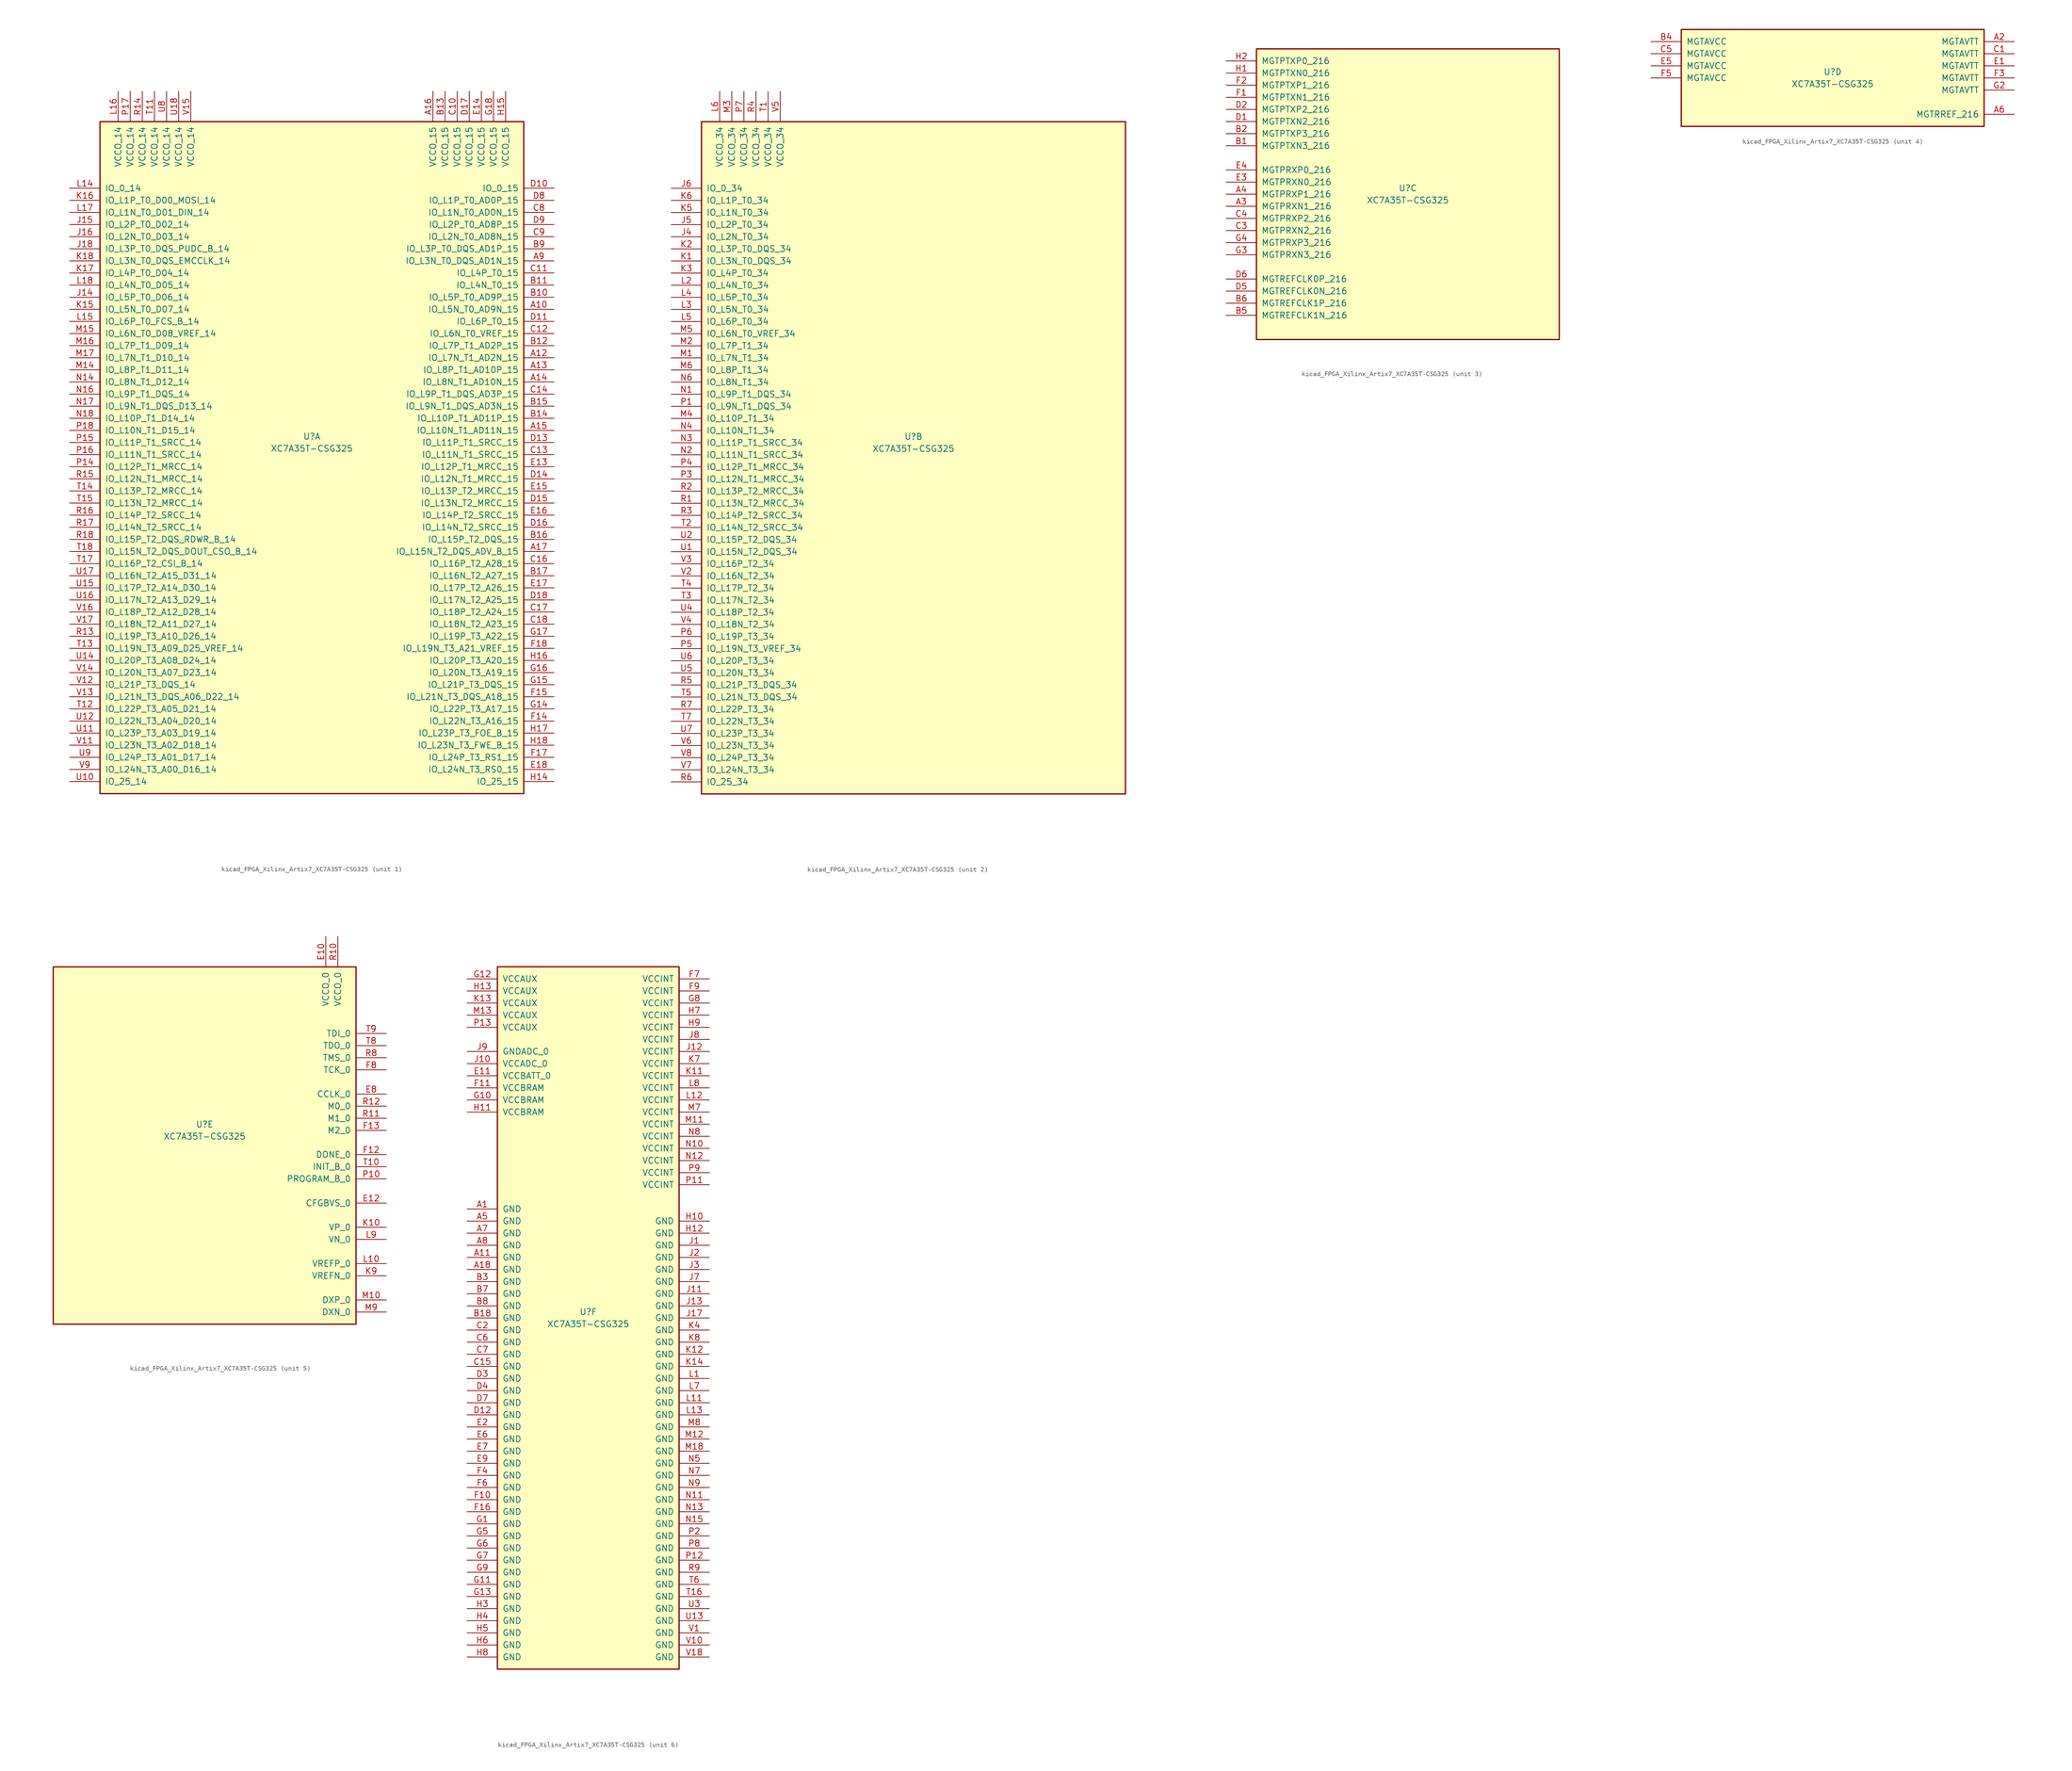
<source format=kicad_sym>
(kicad_symbol_lib
  (version 20220914)
  (generator kicad_symbol_editor)
  (symbol "kicad_FPGA_Xilinx_Artix7_XC7A35T-CSG325"
    (pin_names
      (offset 1.016))
    (property "Reference" "U"
      (at 0 1.27 0)
      (effects (font (size 1.27 1.27))))
    (property "Value" "XC7A35T-CSG325"
      (at 0 -1.27 0)
      (effects (font (size 1.27 1.27))))
    (property "Datasheet" ""
      (at 0 0 0)
      (effects (font (size 1.27 1.27))))
    (property "ki_locked" ""
      (at 0 0 0)
      (effects (font (size 1.27 1.27))))
    (symbol "kicad_FPGA_Xilinx_Artix7_XC7A35T-CSG325_1_1"
      (rectangle (start -44.45 67.31) (end 44.45 -73.66) (stroke (width 0.254) (type default)) (fill (type background)))
      (pin bidirectional line (at 50.8 27.94 180) (length 6.35) (name "IO_L5N_T0_AD9N_15" (effects (font (size 1.27 1.27)))) (number "A10" (effects (font (size 1.27 1.27)))))
      (pin bidirectional line (at 50.8 17.78 180) (length 6.35) (name "IO_L7N_T1_AD2N_15" (effects (font (size 1.27 1.27)))) (number "A12" (effects (font (size 1.27 1.27)))))
      (pin bidirectional line (at 50.8 15.24 180) (length 6.35) (name "IO_L8P_T1_AD10P_15" (effects (font (size 1.27 1.27)))) (number "A13" (effects (font (size 1.27 1.27)))))
      (pin bidirectional line (at 50.8 12.7 180) (length 6.35) (name "IO_L8N_T1_AD10N_15" (effects (font (size 1.27 1.27)))) (number "A14" (effects (font (size 1.27 1.27)))))
      (pin bidirectional line (at 50.8 2.54 180) (length 6.35) (name "IO_L10N_T1_AD11N_15" (effects (font (size 1.27 1.27)))) (number "A15" (effects (font (size 1.27 1.27)))))
      (pin power_in line (at 25.4 73.66 270) (length 6.35) (name "VCCO_15" (effects (font (size 1.27 1.27)))) (number "A16" (effects (font (size 1.27 1.27)))))
      (pin bidirectional line (at 50.8 -22.86 180) (length 6.35) (name "IO_L15N_T2_DQS_ADV_B_15" (effects (font (size 1.27 1.27)))) (number "A17" (effects (font (size 1.27 1.27)))))
      (pin bidirectional line (at 50.8 38.1 180) (length 6.35) (name "IO_L3N_T0_DQS_AD1N_15" (effects (font (size 1.27 1.27)))) (number "A9" (effects (font (size 1.27 1.27)))))
      (pin bidirectional line (at 50.8 30.48 180) (length 6.35) (name "IO_L5P_T0_AD9P_15" (effects (font (size 1.27 1.27)))) (number "B10" (effects (font (size 1.27 1.27)))))
      (pin bidirectional line (at 50.8 33.02 180) (length 6.35) (name "IO_L4N_T0_15" (effects (font (size 1.27 1.27)))) (number "B11" (effects (font (size 1.27 1.27)))))
      (pin bidirectional line (at 50.8 20.32 180) (length 6.35) (name "IO_L7P_T1_AD2P_15" (effects (font (size 1.27 1.27)))) (number "B12" (effects (font (size 1.27 1.27)))))
      (pin power_in line (at 27.94 73.66 270) (length 6.35) (name "VCCO_15" (effects (font (size 1.27 1.27)))) (number "B13" (effects (font (size 1.27 1.27)))))
      (pin bidirectional line (at 50.8 5.08 180) (length 6.35) (name "IO_L10P_T1_AD11P_15" (effects (font (size 1.27 1.27)))) (number "B14" (effects (font (size 1.27 1.27)))))
      (pin bidirectional line (at 50.8 7.62 180) (length 6.35) (name "IO_L9N_T1_DQS_AD3N_15" (effects (font (size 1.27 1.27)))) (number "B15" (effects (font (size 1.27 1.27)))))
      (pin bidirectional line (at 50.8 -20.32 180) (length 6.35) (name "IO_L15P_T2_DQS_15" (effects (font (size 1.27 1.27)))) (number "B16" (effects (font (size 1.27 1.27)))))
      (pin bidirectional line (at 50.8 -27.94 180) (length 6.35) (name "IO_L16N_T2_A27_15" (effects (font (size 1.27 1.27)))) (number "B17" (effects (font (size 1.27 1.27)))))
      (pin bidirectional line (at 50.8 40.64 180) (length 6.35) (name "IO_L3P_T0_DQS_AD1P_15" (effects (font (size 1.27 1.27)))) (number "B9" (effects (font (size 1.27 1.27)))))
      (pin power_in line (at 30.48 73.66 270) (length 6.35) (name "VCCO_15" (effects (font (size 1.27 1.27)))) (number "C10" (effects (font (size 1.27 1.27)))))
      (pin bidirectional line (at 50.8 35.56 180) (length 6.35) (name "IO_L4P_T0_15" (effects (font (size 1.27 1.27)))) (number "C11" (effects (font (size 1.27 1.27)))))
      (pin bidirectional line (at 50.8 22.86 180) (length 6.35) (name "IO_L6N_T0_VREF_15" (effects (font (size 1.27 1.27)))) (number "C12" (effects (font (size 1.27 1.27)))))
      (pin bidirectional line (at 50.8 -2.54 180) (length 6.35) (name "IO_L11N_T1_SRCC_15" (effects (font (size 1.27 1.27)))) (number "C13" (effects (font (size 1.27 1.27)))))
      (pin bidirectional line (at 50.8 10.16 180) (length 6.35) (name "IO_L9P_T1_DQS_AD3P_15" (effects (font (size 1.27 1.27)))) (number "C14" (effects (font (size 1.27 1.27)))))
      (pin bidirectional line (at 50.8 -25.4 180) (length 6.35) (name "IO_L16P_T2_A28_15" (effects (font (size 1.27 1.27)))) (number "C16" (effects (font (size 1.27 1.27)))))
      (pin bidirectional line (at 50.8 -35.56 180) (length 6.35) (name "IO_L18P_T2_A24_15" (effects (font (size 1.27 1.27)))) (number "C17" (effects (font (size 1.27 1.27)))))
      (pin bidirectional line (at 50.8 -38.1 180) (length 6.35) (name "IO_L18N_T2_A23_15" (effects (font (size 1.27 1.27)))) (number "C18" (effects (font (size 1.27 1.27)))))
      (pin bidirectional line (at 50.8 48.26 180) (length 6.35) (name "IO_L1N_T0_AD0N_15" (effects (font (size 1.27 1.27)))) (number "C8" (effects (font (size 1.27 1.27)))))
      (pin bidirectional line (at 50.8 43.18 180) (length 6.35) (name "IO_L2N_T0_AD8N_15" (effects (font (size 1.27 1.27)))) (number "C9" (effects (font (size 1.27 1.27)))))
      (pin bidirectional line (at 50.8 53.34 180) (length 6.35) (name "IO_0_15" (effects (font (size 1.27 1.27)))) (number "D10" (effects (font (size 1.27 1.27)))))
      (pin bidirectional line (at 50.8 25.4 180) (length 6.35) (name "IO_L6P_T0_15" (effects (font (size 1.27 1.27)))) (number "D11" (effects (font (size 1.27 1.27)))))
      (pin bidirectional line (at 50.8 0 180) (length 6.35) (name "IO_L11P_T1_SRCC_15" (effects (font (size 1.27 1.27)))) (number "D13" (effects (font (size 1.27 1.27)))))
      (pin bidirectional line (at 50.8 -7.62 180) (length 6.35) (name "IO_L12N_T1_MRCC_15" (effects (font (size 1.27 1.27)))) (number "D14" (effects (font (size 1.27 1.27)))))
      (pin bidirectional line (at 50.8 -12.7 180) (length 6.35) (name "IO_L13N_T2_MRCC_15" (effects (font (size 1.27 1.27)))) (number "D15" (effects (font (size 1.27 1.27)))))
      (pin bidirectional line (at 50.8 -17.78 180) (length 6.35) (name "IO_L14N_T2_SRCC_15" (effects (font (size 1.27 1.27)))) (number "D16" (effects (font (size 1.27 1.27)))))
      (pin power_in line (at 33.02 73.66 270) (length 6.35) (name "VCCO_15" (effects (font (size 1.27 1.27)))) (number "D17" (effects (font (size 1.27 1.27)))))
      (pin bidirectional line (at 50.8 -33.02 180) (length 6.35) (name "IO_L17N_T2_A25_15" (effects (font (size 1.27 1.27)))) (number "D18" (effects (font (size 1.27 1.27)))))
      (pin bidirectional line (at 50.8 50.8 180) (length 6.35) (name "IO_L1P_T0_AD0P_15" (effects (font (size 1.27 1.27)))) (number "D8" (effects (font (size 1.27 1.27)))))
      (pin bidirectional line (at 50.8 45.72 180) (length 6.35) (name "IO_L2P_T0_AD8P_15" (effects (font (size 1.27 1.27)))) (number "D9" (effects (font (size 1.27 1.27)))))
      (pin bidirectional line (at 50.8 -5.08 180) (length 6.35) (name "IO_L12P_T1_MRCC_15" (effects (font (size 1.27 1.27)))) (number "E13" (effects (font (size 1.27 1.27)))))
      (pin power_in line (at 35.56 73.66 270) (length 6.35) (name "VCCO_15" (effects (font (size 1.27 1.27)))) (number "E14" (effects (font (size 1.27 1.27)))))
      (pin bidirectional line (at 50.8 -10.16 180) (length 6.35) (name "IO_L13P_T2_MRCC_15" (effects (font (size 1.27 1.27)))) (number "E15" (effects (font (size 1.27 1.27)))))
      (pin bidirectional line (at 50.8 -15.24 180) (length 6.35) (name "IO_L14P_T2_SRCC_15" (effects (font (size 1.27 1.27)))) (number "E16" (effects (font (size 1.27 1.27)))))
      (pin bidirectional line (at 50.8 -30.48 180) (length 6.35) (name "IO_L17P_T2_A26_15" (effects (font (size 1.27 1.27)))) (number "E17" (effects (font (size 1.27 1.27)))))
      (pin bidirectional line (at 50.8 -68.58 180) (length 6.35) (name "IO_L24N_T3_RS0_15" (effects (font (size 1.27 1.27)))) (number "E18" (effects (font (size 1.27 1.27)))))
      (pin bidirectional line (at 50.8 -58.42 180) (length 6.35) (name "IO_L22N_T3_A16_15" (effects (font (size 1.27 1.27)))) (number "F14" (effects (font (size 1.27 1.27)))))
      (pin bidirectional line (at 50.8 -53.34 180) (length 6.35) (name "IO_L21N_T3_DQS_A18_15" (effects (font (size 1.27 1.27)))) (number "F15" (effects (font (size 1.27 1.27)))))
      (pin bidirectional line (at 50.8 -66.04 180) (length 6.35) (name "IO_L24P_T3_RS1_15" (effects (font (size 1.27 1.27)))) (number "F17" (effects (font (size 1.27 1.27)))))
      (pin bidirectional line (at 50.8 -43.18 180) (length 6.35) (name "IO_L19N_T3_A21_VREF_15" (effects (font (size 1.27 1.27)))) (number "F18" (effects (font (size 1.27 1.27)))))
      (pin bidirectional line (at 50.8 -55.88 180) (length 6.35) (name "IO_L22P_T3_A17_15" (effects (font (size 1.27 1.27)))) (number "G14" (effects (font (size 1.27 1.27)))))
      (pin bidirectional line (at 50.8 -50.8 180) (length 6.35) (name "IO_L21P_T3_DQS_15" (effects (font (size 1.27 1.27)))) (number "G15" (effects (font (size 1.27 1.27)))))
      (pin bidirectional line (at 50.8 -48.26 180) (length 6.35) (name "IO_L20N_T3_A19_15" (effects (font (size 1.27 1.27)))) (number "G16" (effects (font (size 1.27 1.27)))))
      (pin bidirectional line (at 50.8 -40.64 180) (length 6.35) (name "IO_L19P_T3_A22_15" (effects (font (size 1.27 1.27)))) (number "G17" (effects (font (size 1.27 1.27)))))
      (pin power_in line (at 38.1 73.66 270) (length 6.35) (name "VCCO_15" (effects (font (size 1.27 1.27)))) (number "G18" (effects (font (size 1.27 1.27)))))
      (pin bidirectional line (at 50.8 -71.12 180) (length 6.35) (name "IO_25_15" (effects (font (size 1.27 1.27)))) (number "H14" (effects (font (size 1.27 1.27)))))
      (pin power_in line (at 40.64 73.66 270) (length 6.35) (name "VCCO_15" (effects (font (size 1.27 1.27)))) (number "H15" (effects (font (size 1.27 1.27)))))
      (pin bidirectional line (at 50.8 -45.72 180) (length 6.35) (name "IO_L20P_T3_A20_15" (effects (font (size 1.27 1.27)))) (number "H16" (effects (font (size 1.27 1.27)))))
      (pin bidirectional line (at 50.8 -60.96 180) (length 6.35) (name "IO_L23P_T3_FOE_B_15" (effects (font (size 1.27 1.27)))) (number "H17" (effects (font (size 1.27 1.27)))))
      (pin bidirectional line (at 50.8 -63.5 180) (length 6.35) (name "IO_L23N_T3_FWE_B_15" (effects (font (size 1.27 1.27)))) (number "H18" (effects (font (size 1.27 1.27)))))
      (pin bidirectional line (at -50.8 30.48 0) (length 6.35) (name "IO_L5P_T0_D06_14" (effects (font (size 1.27 1.27)))) (number "J14" (effects (font (size 1.27 1.27)))))
      (pin bidirectional line (at -50.8 45.72 0) (length 6.35) (name "IO_L2P_T0_D02_14" (effects (font (size 1.27 1.27)))) (number "J15" (effects (font (size 1.27 1.27)))))
      (pin bidirectional line (at -50.8 43.18 0) (length 6.35) (name "IO_L2N_T0_D03_14" (effects (font (size 1.27 1.27)))) (number "J16" (effects (font (size 1.27 1.27)))))
      (pin bidirectional line (at -50.8 40.64 0) (length 6.35) (name "IO_L3P_T0_DQS_PUDC_B_14" (effects (font (size 1.27 1.27)))) (number "J18" (effects (font (size 1.27 1.27)))))
      (pin bidirectional line (at -50.8 27.94 0) (length 6.35) (name "IO_L5N_T0_D07_14" (effects (font (size 1.27 1.27)))) (number "K15" (effects (font (size 1.27 1.27)))))
      (pin bidirectional line (at -50.8 50.8 0) (length 6.35) (name "IO_L1P_T0_D00_MOSI_14" (effects (font (size 1.27 1.27)))) (number "K16" (effects (font (size 1.27 1.27)))))
      (pin bidirectional line (at -50.8 35.56 0) (length 6.35) (name "IO_L4P_T0_D04_14" (effects (font (size 1.27 1.27)))) (number "K17" (effects (font (size 1.27 1.27)))))
      (pin bidirectional line (at -50.8 38.1 0) (length 6.35) (name "IO_L3N_T0_DQS_EMCCLK_14" (effects (font (size 1.27 1.27)))) (number "K18" (effects (font (size 1.27 1.27)))))
      (pin bidirectional line (at -50.8 53.34 0) (length 6.35) (name "IO_0_14" (effects (font (size 1.27 1.27)))) (number "L14" (effects (font (size 1.27 1.27)))))
      (pin bidirectional line (at -50.8 25.4 0) (length 6.35) (name "IO_L6P_T0_FCS_B_14" (effects (font (size 1.27 1.27)))) (number "L15" (effects (font (size 1.27 1.27)))))
      (pin power_in line (at -40.64 73.66 270) (length 6.35) (name "VCCO_14" (effects (font (size 1.27 1.27)))) (number "L16" (effects (font (size 1.27 1.27)))))
      (pin bidirectional line (at -50.8 48.26 0) (length 6.35) (name "IO_L1N_T0_D01_DIN_14" (effects (font (size 1.27 1.27)))) (number "L17" (effects (font (size 1.27 1.27)))))
      (pin bidirectional line (at -50.8 33.02 0) (length 6.35) (name "IO_L4N_T0_D05_14" (effects (font (size 1.27 1.27)))) (number "L18" (effects (font (size 1.27 1.27)))))
      (pin bidirectional line (at -50.8 15.24 0) (length 6.35) (name "IO_L8P_T1_D11_14" (effects (font (size 1.27 1.27)))) (number "M14" (effects (font (size 1.27 1.27)))))
      (pin bidirectional line (at -50.8 22.86 0) (length 6.35) (name "IO_L6N_T0_D08_VREF_14" (effects (font (size 1.27 1.27)))) (number "M15" (effects (font (size 1.27 1.27)))))
      (pin bidirectional line (at -50.8 20.32 0) (length 6.35) (name "IO_L7P_T1_D09_14" (effects (font (size 1.27 1.27)))) (number "M16" (effects (font (size 1.27 1.27)))))
      (pin bidirectional line (at -50.8 17.78 0) (length 6.35) (name "IO_L7N_T1_D10_14" (effects (font (size 1.27 1.27)))) (number "M17" (effects (font (size 1.27 1.27)))))
      (pin bidirectional line (at -50.8 12.7 0) (length 6.35) (name "IO_L8N_T1_D12_14" (effects (font (size 1.27 1.27)))) (number "N14" (effects (font (size 1.27 1.27)))))
      (pin bidirectional line (at -50.8 10.16 0) (length 6.35) (name "IO_L9P_T1_DQS_14" (effects (font (size 1.27 1.27)))) (number "N16" (effects (font (size 1.27 1.27)))))
      (pin bidirectional line (at -50.8 7.62 0) (length 6.35) (name "IO_L9N_T1_DQS_D13_14" (effects (font (size 1.27 1.27)))) (number "N17" (effects (font (size 1.27 1.27)))))
      (pin bidirectional line (at -50.8 5.08 0) (length 6.35) (name "IO_L10P_T1_D14_14" (effects (font (size 1.27 1.27)))) (number "N18" (effects (font (size 1.27 1.27)))))
      (pin bidirectional line (at -50.8 -5.08 0) (length 6.35) (name "IO_L12P_T1_MRCC_14" (effects (font (size 1.27 1.27)))) (number "P14" (effects (font (size 1.27 1.27)))))
      (pin bidirectional line (at -50.8 0 0) (length 6.35) (name "IO_L11P_T1_SRCC_14" (effects (font (size 1.27 1.27)))) (number "P15" (effects (font (size 1.27 1.27)))))
      (pin bidirectional line (at -50.8 -2.54 0) (length 6.35) (name "IO_L11N_T1_SRCC_14" (effects (font (size 1.27 1.27)))) (number "P16" (effects (font (size 1.27 1.27)))))
      (pin power_in line (at -38.1 73.66 270) (length 6.35) (name "VCCO_14" (effects (font (size 1.27 1.27)))) (number "P17" (effects (font (size 1.27 1.27)))))
      (pin bidirectional line (at -50.8 2.54 0) (length 6.35) (name "IO_L10N_T1_D15_14" (effects (font (size 1.27 1.27)))) (number "P18" (effects (font (size 1.27 1.27)))))
      (pin bidirectional line (at -50.8 -40.64 0) (length 6.35) (name "IO_L19P_T3_A10_D26_14" (effects (font (size 1.27 1.27)))) (number "R13" (effects (font (size 1.27 1.27)))))
      (pin power_in line (at -35.56 73.66 270) (length 6.35) (name "VCCO_14" (effects (font (size 1.27 1.27)))) (number "R14" (effects (font (size 1.27 1.27)))))
      (pin bidirectional line (at -50.8 -7.62 0) (length 6.35) (name "IO_L12N_T1_MRCC_14" (effects (font (size 1.27 1.27)))) (number "R15" (effects (font (size 1.27 1.27)))))
      (pin bidirectional line (at -50.8 -15.24 0) (length 6.35) (name "IO_L14P_T2_SRCC_14" (effects (font (size 1.27 1.27)))) (number "R16" (effects (font (size 1.27 1.27)))))
      (pin bidirectional line (at -50.8 -17.78 0) (length 6.35) (name "IO_L14N_T2_SRCC_14" (effects (font (size 1.27 1.27)))) (number "R17" (effects (font (size 1.27 1.27)))))
      (pin bidirectional line (at -50.8 -20.32 0) (length 6.35) (name "IO_L15P_T2_DQS_RDWR_B_14" (effects (font (size 1.27 1.27)))) (number "R18" (effects (font (size 1.27 1.27)))))
      (pin power_in line (at -33.02 73.66 270) (length 6.35) (name "VCCO_14" (effects (font (size 1.27 1.27)))) (number "T11" (effects (font (size 1.27 1.27)))))
      (pin bidirectional line (at -50.8 -55.88 0) (length 6.35) (name "IO_L22P_T3_A05_D21_14" (effects (font (size 1.27 1.27)))) (number "T12" (effects (font (size 1.27 1.27)))))
      (pin bidirectional line (at -50.8 -43.18 0) (length 6.35) (name "IO_L19N_T3_A09_D25_VREF_14" (effects (font (size 1.27 1.27)))) (number "T13" (effects (font (size 1.27 1.27)))))
      (pin bidirectional line (at -50.8 -10.16 0) (length 6.35) (name "IO_L13P_T2_MRCC_14" (effects (font (size 1.27 1.27)))) (number "T14" (effects (font (size 1.27 1.27)))))
      (pin bidirectional line (at -50.8 -12.7 0) (length 6.35) (name "IO_L13N_T2_MRCC_14" (effects (font (size 1.27 1.27)))) (number "T15" (effects (font (size 1.27 1.27)))))
      (pin bidirectional line (at -50.8 -25.4 0) (length 6.35) (name "IO_L16P_T2_CSI_B_14" (effects (font (size 1.27 1.27)))) (number "T17" (effects (font (size 1.27 1.27)))))
      (pin bidirectional line (at -50.8 -22.86 0) (length 6.35) (name "IO_L15N_T2_DQS_DOUT_CSO_B_14" (effects (font (size 1.27 1.27)))) (number "T18" (effects (font (size 1.27 1.27)))))
      (pin bidirectional line (at -50.8 -71.12 0) (length 6.35) (name "IO_25_14" (effects (font (size 1.27 1.27)))) (number "U10" (effects (font (size 1.27 1.27)))))
      (pin bidirectional line (at -50.8 -60.96 0) (length 6.35) (name "IO_L23P_T3_A03_D19_14" (effects (font (size 1.27 1.27)))) (number "U11" (effects (font (size 1.27 1.27)))))
      (pin bidirectional line (at -50.8 -58.42 0) (length 6.35) (name "IO_L22N_T3_A04_D20_14" (effects (font (size 1.27 1.27)))) (number "U12" (effects (font (size 1.27 1.27)))))
      (pin bidirectional line (at -50.8 -45.72 0) (length 6.35) (name "IO_L20P_T3_A08_D24_14" (effects (font (size 1.27 1.27)))) (number "U14" (effects (font (size 1.27 1.27)))))
      (pin bidirectional line (at -50.8 -30.48 0) (length 6.35) (name "IO_L17P_T2_A14_D30_14" (effects (font (size 1.27 1.27)))) (number "U15" (effects (font (size 1.27 1.27)))))
      (pin bidirectional line (at -50.8 -33.02 0) (length 6.35) (name "IO_L17N_T2_A13_D29_14" (effects (font (size 1.27 1.27)))) (number "U16" (effects (font (size 1.27 1.27)))))
      (pin bidirectional line (at -50.8 -27.94 0) (length 6.35) (name "IO_L16N_T2_A15_D31_14" (effects (font (size 1.27 1.27)))) (number "U17" (effects (font (size 1.27 1.27)))))
      (pin power_in line (at -27.94 73.66 270) (length 6.35) (name "VCCO_14" (effects (font (size 1.27 1.27)))) (number "U18" (effects (font (size 1.27 1.27)))))
      (pin power_in line (at -30.48 73.66 270) (length 6.35) (name "VCCO_14" (effects (font (size 1.27 1.27)))) (number "U8" (effects (font (size 1.27 1.27)))))
      (pin bidirectional line (at -50.8 -66.04 0) (length 6.35) (name "IO_L24P_T3_A01_D17_14" (effects (font (size 1.27 1.27)))) (number "U9" (effects (font (size 1.27 1.27)))))
      (pin bidirectional line (at -50.8 -63.5 0) (length 6.35) (name "IO_L23N_T3_A02_D18_14" (effects (font (size 1.27 1.27)))) (number "V11" (effects (font (size 1.27 1.27)))))
      (pin bidirectional line (at -50.8 -50.8 0) (length 6.35) (name "IO_L21P_T3_DQS_14" (effects (font (size 1.27 1.27)))) (number "V12" (effects (font (size 1.27 1.27)))))
      (pin bidirectional line (at -50.8 -53.34 0) (length 6.35) (name "IO_L21N_T3_DQS_A06_D22_14" (effects (font (size 1.27 1.27)))) (number "V13" (effects (font (size 1.27 1.27)))))
      (pin bidirectional line (at -50.8 -48.26 0) (length 6.35) (name "IO_L20N_T3_A07_D23_14" (effects (font (size 1.27 1.27)))) (number "V14" (effects (font (size 1.27 1.27)))))
      (pin power_in line (at -25.4 73.66 270) (length 6.35) (name "VCCO_14" (effects (font (size 1.27 1.27)))) (number "V15" (effects (font (size 1.27 1.27)))))
      (pin bidirectional line (at -50.8 -35.56 0) (length 6.35) (name "IO_L18P_T2_A12_D28_14" (effects (font (size 1.27 1.27)))) (number "V16" (effects (font (size 1.27 1.27)))))
      (pin bidirectional line (at -50.8 -38.1 0) (length 6.35) (name "IO_L18N_T2_A11_D27_14" (effects (font (size 1.27 1.27)))) (number "V17" (effects (font (size 1.27 1.27)))))
      (pin bidirectional line (at -50.8 -68.58 0) (length 6.35) (name "IO_L24N_T3_A00_D16_14" (effects (font (size 1.27 1.27)))) (number "V9" (effects (font (size 1.27 1.27))))))
    (symbol "kicad_FPGA_Xilinx_Artix7_XC7A35T-CSG325_2_1"
      (rectangle (start -44.45 67.31) (end 44.45 -73.66) (stroke (width 0.254) (type default)) (fill (type background)))
      (pin bidirectional line (at -50.8 43.18 0) (length 6.35) (name "IO_L2N_T0_34" (effects (font (size 1.27 1.27)))) (number "J4" (effects (font (size 1.27 1.27)))))
      (pin bidirectional line (at -50.8 45.72 0) (length 6.35) (name "IO_L2P_T0_34" (effects (font (size 1.27 1.27)))) (number "J5" (effects (font (size 1.27 1.27)))))
      (pin bidirectional line (at -50.8 53.34 0) (length 6.35) (name "IO_0_34" (effects (font (size 1.27 1.27)))) (number "J6" (effects (font (size 1.27 1.27)))))
      (pin bidirectional line (at -50.8 38.1 0) (length 6.35) (name "IO_L3N_T0_DQS_34" (effects (font (size 1.27 1.27)))) (number "K1" (effects (font (size 1.27 1.27)))))
      (pin bidirectional line (at -50.8 40.64 0) (length 6.35) (name "IO_L3P_T0_DQS_34" (effects (font (size 1.27 1.27)))) (number "K2" (effects (font (size 1.27 1.27)))))
      (pin bidirectional line (at -50.8 35.56 0) (length 6.35) (name "IO_L4P_T0_34" (effects (font (size 1.27 1.27)))) (number "K3" (effects (font (size 1.27 1.27)))))
      (pin bidirectional line (at -50.8 48.26 0) (length 6.35) (name "IO_L1N_T0_34" (effects (font (size 1.27 1.27)))) (number "K5" (effects (font (size 1.27 1.27)))))
      (pin bidirectional line (at -50.8 50.8 0) (length 6.35) (name "IO_L1P_T0_34" (effects (font (size 1.27 1.27)))) (number "K6" (effects (font (size 1.27 1.27)))))
      (pin bidirectional line (at -50.8 33.02 0) (length 6.35) (name "IO_L4N_T0_34" (effects (font (size 1.27 1.27)))) (number "L2" (effects (font (size 1.27 1.27)))))
      (pin bidirectional line (at -50.8 27.94 0) (length 6.35) (name "IO_L5N_T0_34" (effects (font (size 1.27 1.27)))) (number "L3" (effects (font (size 1.27 1.27)))))
      (pin bidirectional line (at -50.8 30.48 0) (length 6.35) (name "IO_L5P_T0_34" (effects (font (size 1.27 1.27)))) (number "L4" (effects (font (size 1.27 1.27)))))
      (pin bidirectional line (at -50.8 25.4 0) (length 6.35) (name "IO_L6P_T0_34" (effects (font (size 1.27 1.27)))) (number "L5" (effects (font (size 1.27 1.27)))))
      (pin power_in line (at -40.64 73.66 270) (length 6.35) (name "VCCO_34" (effects (font (size 1.27 1.27)))) (number "L6" (effects (font (size 1.27 1.27)))))
      (pin bidirectional line (at -50.8 17.78 0) (length 6.35) (name "IO_L7N_T1_34" (effects (font (size 1.27 1.27)))) (number "M1" (effects (font (size 1.27 1.27)))))
      (pin bidirectional line (at -50.8 20.32 0) (length 6.35) (name "IO_L7P_T1_34" (effects (font (size 1.27 1.27)))) (number "M2" (effects (font (size 1.27 1.27)))))
      (pin power_in line (at -38.1 73.66 270) (length 6.35) (name "VCCO_34" (effects (font (size 1.27 1.27)))) (number "M3" (effects (font (size 1.27 1.27)))))
      (pin bidirectional line (at -50.8 5.08 0) (length 6.35) (name "IO_L10P_T1_34" (effects (font (size 1.27 1.27)))) (number "M4" (effects (font (size 1.27 1.27)))))
      (pin bidirectional line (at -50.8 22.86 0) (length 6.35) (name "IO_L6N_T0_VREF_34" (effects (font (size 1.27 1.27)))) (number "M5" (effects (font (size 1.27 1.27)))))
      (pin bidirectional line (at -50.8 15.24 0) (length 6.35) (name "IO_L8P_T1_34" (effects (font (size 1.27 1.27)))) (number "M6" (effects (font (size 1.27 1.27)))))
      (pin bidirectional line (at -50.8 10.16 0) (length 6.35) (name "IO_L9P_T1_DQS_34" (effects (font (size 1.27 1.27)))) (number "N1" (effects (font (size 1.27 1.27)))))
      (pin bidirectional line (at -50.8 -2.54 0) (length 6.35) (name "IO_L11N_T1_SRCC_34" (effects (font (size 1.27 1.27)))) (number "N2" (effects (font (size 1.27 1.27)))))
      (pin bidirectional line (at -50.8 0 0) (length 6.35) (name "IO_L11P_T1_SRCC_34" (effects (font (size 1.27 1.27)))) (number "N3" (effects (font (size 1.27 1.27)))))
      (pin bidirectional line (at -50.8 2.54 0) (length 6.35) (name "IO_L10N_T1_34" (effects (font (size 1.27 1.27)))) (number "N4" (effects (font (size 1.27 1.27)))))
      (pin bidirectional line (at -50.8 12.7 0) (length 6.35) (name "IO_L8N_T1_34" (effects (font (size 1.27 1.27)))) (number "N6" (effects (font (size 1.27 1.27)))))
      (pin bidirectional line (at -50.8 7.62 0) (length 6.35) (name "IO_L9N_T1_DQS_34" (effects (font (size 1.27 1.27)))) (number "P1" (effects (font (size 1.27 1.27)))))
      (pin bidirectional line (at -50.8 -7.62 0) (length 6.35) (name "IO_L12N_T1_MRCC_34" (effects (font (size 1.27 1.27)))) (number "P3" (effects (font (size 1.27 1.27)))))
      (pin bidirectional line (at -50.8 -5.08 0) (length 6.35) (name "IO_L12P_T1_MRCC_34" (effects (font (size 1.27 1.27)))) (number "P4" (effects (font (size 1.27 1.27)))))
      (pin bidirectional line (at -50.8 -43.18 0) (length 6.35) (name "IO_L19N_T3_VREF_34" (effects (font (size 1.27 1.27)))) (number "P5" (effects (font (size 1.27 1.27)))))
      (pin bidirectional line (at -50.8 -40.64 0) (length 6.35) (name "IO_L19P_T3_34" (effects (font (size 1.27 1.27)))) (number "P6" (effects (font (size 1.27 1.27)))))
      (pin power_in line (at -35.56 73.66 270) (length 6.35) (name "VCCO_34" (effects (font (size 1.27 1.27)))) (number "P7" (effects (font (size 1.27 1.27)))))
      (pin bidirectional line (at -50.8 -12.7 0) (length 6.35) (name "IO_L13N_T2_MRCC_34" (effects (font (size 1.27 1.27)))) (number "R1" (effects (font (size 1.27 1.27)))))
      (pin bidirectional line (at -50.8 -10.16 0) (length 6.35) (name "IO_L13P_T2_MRCC_34" (effects (font (size 1.27 1.27)))) (number "R2" (effects (font (size 1.27 1.27)))))
      (pin bidirectional line (at -50.8 -15.24 0) (length 6.35) (name "IO_L14P_T2_SRCC_34" (effects (font (size 1.27 1.27)))) (number "R3" (effects (font (size 1.27 1.27)))))
      (pin power_in line (at -33.02 73.66 270) (length 6.35) (name "VCCO_34" (effects (font (size 1.27 1.27)))) (number "R4" (effects (font (size 1.27 1.27)))))
      (pin bidirectional line (at -50.8 -50.8 0) (length 6.35) (name "IO_L21P_T3_DQS_34" (effects (font (size 1.27 1.27)))) (number "R5" (effects (font (size 1.27 1.27)))))
      (pin bidirectional line (at -50.8 -71.12 0) (length 6.35) (name "IO_25_34" (effects (font (size 1.27 1.27)))) (number "R6" (effects (font (size 1.27 1.27)))))
      (pin bidirectional line (at -50.8 -55.88 0) (length 6.35) (name "IO_L22P_T3_34" (effects (font (size 1.27 1.27)))) (number "R7" (effects (font (size 1.27 1.27)))))
      (pin power_in line (at -30.48 73.66 270) (length 6.35) (name "VCCO_34" (effects (font (size 1.27 1.27)))) (number "T1" (effects (font (size 1.27 1.27)))))
      (pin bidirectional line (at -50.8 -17.78 0) (length 6.35) (name "IO_L14N_T2_SRCC_34" (effects (font (size 1.27 1.27)))) (number "T2" (effects (font (size 1.27 1.27)))))
      (pin bidirectional line (at -50.8 -33.02 0) (length 6.35) (name "IO_L17N_T2_34" (effects (font (size 1.27 1.27)))) (number "T3" (effects (font (size 1.27 1.27)))))
      (pin bidirectional line (at -50.8 -30.48 0) (length 6.35) (name "IO_L17P_T2_34" (effects (font (size 1.27 1.27)))) (number "T4" (effects (font (size 1.27 1.27)))))
      (pin bidirectional line (at -50.8 -53.34 0) (length 6.35) (name "IO_L21N_T3_DQS_34" (effects (font (size 1.27 1.27)))) (number "T5" (effects (font (size 1.27 1.27)))))
      (pin bidirectional line (at -50.8 -58.42 0) (length 6.35) (name "IO_L22N_T3_34" (effects (font (size 1.27 1.27)))) (number "T7" (effects (font (size 1.27 1.27)))))
      (pin bidirectional line (at -50.8 -22.86 0) (length 6.35) (name "IO_L15N_T2_DQS_34" (effects (font (size 1.27 1.27)))) (number "U1" (effects (font (size 1.27 1.27)))))
      (pin bidirectional line (at -50.8 -20.32 0) (length 6.35) (name "IO_L15P_T2_DQS_34" (effects (font (size 1.27 1.27)))) (number "U2" (effects (font (size 1.27 1.27)))))
      (pin bidirectional line (at -50.8 -35.56 0) (length 6.35) (name "IO_L18P_T2_34" (effects (font (size 1.27 1.27)))) (number "U4" (effects (font (size 1.27 1.27)))))
      (pin bidirectional line (at -50.8 -48.26 0) (length 6.35) (name "IO_L20N_T3_34" (effects (font (size 1.27 1.27)))) (number "U5" (effects (font (size 1.27 1.27)))))
      (pin bidirectional line (at -50.8 -45.72 0) (length 6.35) (name "IO_L20P_T3_34" (effects (font (size 1.27 1.27)))) (number "U6" (effects (font (size 1.27 1.27)))))
      (pin bidirectional line (at -50.8 -60.96 0) (length 6.35) (name "IO_L23P_T3_34" (effects (font (size 1.27 1.27)))) (number "U7" (effects (font (size 1.27 1.27)))))
      (pin bidirectional line (at -50.8 -27.94 0) (length 6.35) (name "IO_L16N_T2_34" (effects (font (size 1.27 1.27)))) (number "V2" (effects (font (size 1.27 1.27)))))
      (pin bidirectional line (at -50.8 -25.4 0) (length 6.35) (name "IO_L16P_T2_34" (effects (font (size 1.27 1.27)))) (number "V3" (effects (font (size 1.27 1.27)))))
      (pin bidirectional line (at -50.8 -38.1 0) (length 6.35) (name "IO_L18N_T2_34" (effects (font (size 1.27 1.27)))) (number "V4" (effects (font (size 1.27 1.27)))))
      (pin power_in line (at -27.94 73.66 270) (length 6.35) (name "VCCO_34" (effects (font (size 1.27 1.27)))) (number "V5" (effects (font (size 1.27 1.27)))))
      (pin bidirectional line (at -50.8 -63.5 0) (length 6.35) (name "IO_L23N_T3_34" (effects (font (size 1.27 1.27)))) (number "V6" (effects (font (size 1.27 1.27)))))
      (pin bidirectional line (at -50.8 -68.58 0) (length 6.35) (name "IO_L24N_T3_34" (effects (font (size 1.27 1.27)))) (number "V7" (effects (font (size 1.27 1.27)))))
      (pin bidirectional line (at -50.8 -66.04 0) (length 6.35) (name "IO_L24P_T3_34" (effects (font (size 1.27 1.27)))) (number "V8" (effects (font (size 1.27 1.27))))))
    (symbol "kicad_FPGA_Xilinx_Artix7_XC7A35T-CSG325_3_1"
      (rectangle (start -31.75 30.48) (end 31.75 -30.48) (stroke (width 0.254) (type default)) (fill (type background)))
      (pin bidirectional line (at -38.1 -2.54 0) (length 6.35) (name "MGTPRXN1_216" (effects (font (size 1.27 1.27)))) (number "A3" (effects (font (size 1.27 1.27)))))
      (pin bidirectional line (at -38.1 0 0) (length 6.35) (name "MGTPRXP1_216" (effects (font (size 1.27 1.27)))) (number "A4" (effects (font (size 1.27 1.27)))))
      (pin bidirectional line (at -38.1 10.16 0) (length 6.35) (name "MGTPTXN3_216" (effects (font (size 1.27 1.27)))) (number "B1" (effects (font (size 1.27 1.27)))))
      (pin bidirectional line (at -38.1 12.7 0) (length 6.35) (name "MGTPTXP3_216" (effects (font (size 1.27 1.27)))) (number "B2" (effects (font (size 1.27 1.27)))))
      (pin bidirectional line (at -38.1 -25.4 0) (length 6.35) (name "MGTREFCLK1N_216" (effects (font (size 1.27 1.27)))) (number "B5" (effects (font (size 1.27 1.27)))))
      (pin bidirectional line (at -38.1 -22.86 0) (length 6.35) (name "MGTREFCLK1P_216" (effects (font (size 1.27 1.27)))) (number "B6" (effects (font (size 1.27 1.27)))))
      (pin bidirectional line (at -38.1 -7.62 0) (length 6.35) (name "MGTPRXN2_216" (effects (font (size 1.27 1.27)))) (number "C3" (effects (font (size 1.27 1.27)))))
      (pin bidirectional line (at -38.1 -5.08 0) (length 6.35) (name "MGTPRXP2_216" (effects (font (size 1.27 1.27)))) (number "C4" (effects (font (size 1.27 1.27)))))
      (pin bidirectional line (at -38.1 15.24 0) (length 6.35) (name "MGTPTXN2_216" (effects (font (size 1.27 1.27)))) (number "D1" (effects (font (size 1.27 1.27)))))
      (pin bidirectional line (at -38.1 17.78 0) (length 6.35) (name "MGTPTXP2_216" (effects (font (size 1.27 1.27)))) (number "D2" (effects (font (size 1.27 1.27)))))
      (pin bidirectional line (at -38.1 -20.32 0) (length 6.35) (name "MGTREFCLK0N_216" (effects (font (size 1.27 1.27)))) (number "D5" (effects (font (size 1.27 1.27)))))
      (pin bidirectional line (at -38.1 -17.78 0) (length 6.35) (name "MGTREFCLK0P_216" (effects (font (size 1.27 1.27)))) (number "D6" (effects (font (size 1.27 1.27)))))
      (pin bidirectional line (at -38.1 2.54 0) (length 6.35) (name "MGTPRXN0_216" (effects (font (size 1.27 1.27)))) (number "E3" (effects (font (size 1.27 1.27)))))
      (pin bidirectional line (at -38.1 5.08 0) (length 6.35) (name "MGTPRXP0_216" (effects (font (size 1.27 1.27)))) (number "E4" (effects (font (size 1.27 1.27)))))
      (pin bidirectional line (at -38.1 20.32 0) (length 6.35) (name "MGTPTXN1_216" (effects (font (size 1.27 1.27)))) (number "F1" (effects (font (size 1.27 1.27)))))
      (pin bidirectional line (at -38.1 22.86 0) (length 6.35) (name "MGTPTXP1_216" (effects (font (size 1.27 1.27)))) (number "F2" (effects (font (size 1.27 1.27)))))
      (pin bidirectional line (at -38.1 -12.7 0) (length 6.35) (name "MGTPRXN3_216" (effects (font (size 1.27 1.27)))) (number "G3" (effects (font (size 1.27 1.27)))))
      (pin bidirectional line (at -38.1 -10.16 0) (length 6.35) (name "MGTPRXP3_216" (effects (font (size 1.27 1.27)))) (number "G4" (effects (font (size 1.27 1.27)))))
      (pin bidirectional line (at -38.1 25.4 0) (length 6.35) (name "MGTPTXN0_216" (effects (font (size 1.27 1.27)))) (number "H1" (effects (font (size 1.27 1.27)))))
      (pin bidirectional line (at -38.1 27.94 0) (length 6.35) (name "MGTPTXP0_216" (effects (font (size 1.27 1.27)))) (number "H2" (effects (font (size 1.27 1.27))))))
    (symbol "kicad_FPGA_Xilinx_Artix7_XC7A35T-CSG325_4_1"
      (rectangle (start -31.75 10.16) (end 31.75 -10.16) (stroke (width 0.254) (type default)) (fill (type background)))
      (pin power_in line (at 38.1 7.62 180) (length 6.35) (name "MGTAVTT" (effects (font (size 1.27 1.27)))) (number "A2" (effects (font (size 1.27 1.27)))))
      (pin power_in line (at 38.1 -7.62 180) (length 6.35) (name "MGTRREF_216" (effects (font (size 1.27 1.27)))) (number "A6" (effects (font (size 1.27 1.27)))))
      (pin power_in line (at -38.1 7.62 0) (length 6.35) (name "MGTAVCC" (effects (font (size 1.27 1.27)))) (number "B4" (effects (font (size 1.27 1.27)))))
      (pin power_in line (at 38.1 5.08 180) (length 6.35) (name "MGTAVTT" (effects (font (size 1.27 1.27)))) (number "C1" (effects (font (size 1.27 1.27)))))
      (pin power_in line (at -38.1 5.08 0) (length 6.35) (name "MGTAVCC" (effects (font (size 1.27 1.27)))) (number "C5" (effects (font (size 1.27 1.27)))))
      (pin power_in line (at 38.1 2.54 180) (length 6.35) (name "MGTAVTT" (effects (font (size 1.27 1.27)))) (number "E1" (effects (font (size 1.27 1.27)))))
      (pin power_in line (at -38.1 2.54 0) (length 6.35) (name "MGTAVCC" (effects (font (size 1.27 1.27)))) (number "E5" (effects (font (size 1.27 1.27)))))
      (pin power_in line (at 38.1 0 180) (length 6.35) (name "MGTAVTT" (effects (font (size 1.27 1.27)))) (number "F3" (effects (font (size 1.27 1.27)))))
      (pin power_in line (at -38.1 0 0) (length 6.35) (name "MGTAVCC" (effects (font (size 1.27 1.27)))) (number "F5" (effects (font (size 1.27 1.27)))))
      (pin power_in line (at 38.1 -2.54 180) (length 6.35) (name "MGTAVTT" (effects (font (size 1.27 1.27)))) (number "G2" (effects (font (size 1.27 1.27))))))
    (symbol "kicad_FPGA_Xilinx_Artix7_XC7A35T-CSG325_5_1"
      (rectangle (start -31.75 34.29) (end 31.75 -40.64) (stroke (width 0.254) (type default)) (fill (type background)))
      (pin power_in line (at 25.4 40.64 270) (length 6.35) (name "VCCO_0" (effects (font (size 1.27 1.27)))) (number "E10" (effects (font (size 1.27 1.27)))))
      (pin bidirectional line (at 38.1 -15.24 180) (length 6.35) (name "CFGBVS_0" (effects (font (size 1.27 1.27)))) (number "E12" (effects (font (size 1.27 1.27)))))
      (pin bidirectional line (at 38.1 7.62 180) (length 6.35) (name "CCLK_0" (effects (font (size 1.27 1.27)))) (number "E8" (effects (font (size 1.27 1.27)))))
      (pin bidirectional line (at 38.1 -5.08 180) (length 6.35) (name "DONE_0" (effects (font (size 1.27 1.27)))) (number "F12" (effects (font (size 1.27 1.27)))))
      (pin bidirectional line (at 38.1 0 180) (length 6.35) (name "M2_0" (effects (font (size 1.27 1.27)))) (number "F13" (effects (font (size 1.27 1.27)))))
      (pin bidirectional line (at 38.1 12.7 180) (length 6.35) (name "TCK_0" (effects (font (size 1.27 1.27)))) (number "F8" (effects (font (size 1.27 1.27)))))
      (pin bidirectional line (at 38.1 -20.32 180) (length 6.35) (name "VP_0" (effects (font (size 1.27 1.27)))) (number "K10" (effects (font (size 1.27 1.27)))))
      (pin bidirectional line (at 38.1 -30.48 180) (length 6.35) (name "VREFN_0" (effects (font (size 1.27 1.27)))) (number "K9" (effects (font (size 1.27 1.27)))))
      (pin bidirectional line (at 38.1 -27.94 180) (length 6.35) (name "VREFP_0" (effects (font (size 1.27 1.27)))) (number "L10" (effects (font (size 1.27 1.27)))))
      (pin bidirectional line (at 38.1 -22.86 180) (length 6.35) (name "VN_0" (effects (font (size 1.27 1.27)))) (number "L9" (effects (font (size 1.27 1.27)))))
      (pin bidirectional line (at 38.1 -35.56 180) (length 6.35) (name "DXP_0" (effects (font (size 1.27 1.27)))) (number "M10" (effects (font (size 1.27 1.27)))))
      (pin bidirectional line (at 38.1 -38.1 180) (length 6.35) (name "DXN_0" (effects (font (size 1.27 1.27)))) (number "M9" (effects (font (size 1.27 1.27)))))
      (pin bidirectional line (at 38.1 -10.16 180) (length 6.35) (name "PROGRAM_B_0" (effects (font (size 1.27 1.27)))) (number "P10" (effects (font (size 1.27 1.27)))))
      (pin power_in line (at 27.94 40.64 270) (length 6.35) (name "VCCO_0" (effects (font (size 1.27 1.27)))) (number "R10" (effects (font (size 1.27 1.27)))))
      (pin bidirectional line (at 38.1 2.54 180) (length 6.35) (name "M1_0" (effects (font (size 1.27 1.27)))) (number "R11" (effects (font (size 1.27 1.27)))))
      (pin bidirectional line (at 38.1 5.08 180) (length 6.35) (name "M0_0" (effects (font (size 1.27 1.27)))) (number "R12" (effects (font (size 1.27 1.27)))))
      (pin bidirectional line (at 38.1 15.24 180) (length 6.35) (name "TMS_0" (effects (font (size 1.27 1.27)))) (number "R8" (effects (font (size 1.27 1.27)))))
      (pin bidirectional line (at 38.1 -7.62 180) (length 6.35) (name "INIT_B_0" (effects (font (size 1.27 1.27)))) (number "T10" (effects (font (size 1.27 1.27)))))
      (pin bidirectional line (at 38.1 17.78 180) (length 6.35) (name "TDO_0" (effects (font (size 1.27 1.27)))) (number "T8" (effects (font (size 1.27 1.27)))))
      (pin bidirectional line (at 38.1 20.32 180) (length 6.35) (name "TDI_0" (effects (font (size 1.27 1.27)))) (number "T9" (effects (font (size 1.27 1.27))))))
    (symbol "kicad_FPGA_Xilinx_Artix7_XC7A35T-CSG325_6_1"
      (rectangle (start -19.05 73.66) (end 19.05 -73.66) (stroke (width 0.254) (type default)) (fill (type background)))
      (pin power_in line (at -25.4 22.86 0) (length 6.35) (name "GND" (effects (font (size 1.27 1.27)))) (number "A1" (effects (font (size 1.27 1.27)))))
      (pin power_in line (at -25.4 12.7 0) (length 6.35) (name "GND" (effects (font (size 1.27 1.27)))) (number "A11" (effects (font (size 1.27 1.27)))))
      (pin power_in line (at -25.4 10.16 0) (length 6.35) (name "GND" (effects (font (size 1.27 1.27)))) (number "A18" (effects (font (size 1.27 1.27)))))
      (pin power_in line (at -25.4 20.32 0) (length 6.35) (name "GND" (effects (font (size 1.27 1.27)))) (number "A5" (effects (font (size 1.27 1.27)))))
      (pin power_in line (at -25.4 17.78 0) (length 6.35) (name "GND" (effects (font (size 1.27 1.27)))) (number "A7" (effects (font (size 1.27 1.27)))))
      (pin power_in line (at -25.4 15.24 0) (length 6.35) (name "GND" (effects (font (size 1.27 1.27)))) (number "A8" (effects (font (size 1.27 1.27)))))
      (pin power_in line (at -25.4 0 0) (length 6.35) (name "GND" (effects (font (size 1.27 1.27)))) (number "B18" (effects (font (size 1.27 1.27)))))
      (pin power_in line (at -25.4 7.62 0) (length 6.35) (name "GND" (effects (font (size 1.27 1.27)))) (number "B3" (effects (font (size 1.27 1.27)))))
      (pin power_in line (at -25.4 5.08 0) (length 6.35) (name "GND" (effects (font (size 1.27 1.27)))) (number "B7" (effects (font (size 1.27 1.27)))))
      (pin power_in line (at -25.4 2.54 0) (length 6.35) (name "GND" (effects (font (size 1.27 1.27)))) (number "B8" (effects (font (size 1.27 1.27)))))
      (pin power_in line (at -25.4 -10.16 0) (length 6.35) (name "GND" (effects (font (size 1.27 1.27)))) (number "C15" (effects (font (size 1.27 1.27)))))
      (pin power_in line (at -25.4 -2.54 0) (length 6.35) (name "GND" (effects (font (size 1.27 1.27)))) (number "C2" (effects (font (size 1.27 1.27)))))
      (pin power_in line (at -25.4 -5.08 0) (length 6.35) (name "GND" (effects (font (size 1.27 1.27)))) (number "C6" (effects (font (size 1.27 1.27)))))
      (pin power_in line (at -25.4 -7.62 0) (length 6.35) (name "GND" (effects (font (size 1.27 1.27)))) (number "C7" (effects (font (size 1.27 1.27)))))
      (pin power_in line (at -25.4 -20.32 0) (length 6.35) (name "GND" (effects (font (size 1.27 1.27)))) (number "D12" (effects (font (size 1.27 1.27)))))
      (pin power_in line (at -25.4 -12.7 0) (length 6.35) (name "GND" (effects (font (size 1.27 1.27)))) (number "D3" (effects (font (size 1.27 1.27)))))
      (pin power_in line (at -25.4 -15.24 0) (length 6.35) (name "GND" (effects (font (size 1.27 1.27)))) (number "D4" (effects (font (size 1.27 1.27)))))
      (pin power_in line (at -25.4 -17.78 0) (length 6.35) (name "GND" (effects (font (size 1.27 1.27)))) (number "D7" (effects (font (size 1.27 1.27)))))
      (pin power_in line (at -25.4 50.8 0) (length 6.35) (name "VCCBATT_0" (effects (font (size 1.27 1.27)))) (number "E11" (effects (font (size 1.27 1.27)))))
      (pin power_in line (at -25.4 -22.86 0) (length 6.35) (name "GND" (effects (font (size 1.27 1.27)))) (number "E2" (effects (font (size 1.27 1.27)))))
      (pin power_in line (at -25.4 -25.4 0) (length 6.35) (name "GND" (effects (font (size 1.27 1.27)))) (number "E6" (effects (font (size 1.27 1.27)))))
      (pin power_in line (at -25.4 -27.94 0) (length 6.35) (name "GND" (effects (font (size 1.27 1.27)))) (number "E7" (effects (font (size 1.27 1.27)))))
      (pin power_in line (at -25.4 -30.48 0) (length 6.35) (name "GND" (effects (font (size 1.27 1.27)))) (number "E9" (effects (font (size 1.27 1.27)))))
      (pin power_in line (at -25.4 -38.1 0) (length 6.35) (name "GND" (effects (font (size 1.27 1.27)))) (number "F10" (effects (font (size 1.27 1.27)))))
      (pin power_in line (at -25.4 48.26 0) (length 6.35) (name "VCCBRAM" (effects (font (size 1.27 1.27)))) (number "F11" (effects (font (size 1.27 1.27)))))
      (pin power_in line (at -25.4 -40.64 0) (length 6.35) (name "GND" (effects (font (size 1.27 1.27)))) (number "F16" (effects (font (size 1.27 1.27)))))
      (pin power_in line (at -25.4 -33.02 0) (length 6.35) (name "GND" (effects (font (size 1.27 1.27)))) (number "F4" (effects (font (size 1.27 1.27)))))
      (pin power_in line (at -25.4 -35.56 0) (length 6.35) (name "GND" (effects (font (size 1.27 1.27)))) (number "F6" (effects (font (size 1.27 1.27)))))
      (pin power_in line (at 25.4 71.12 180) (length 6.35) (name "VCCINT" (effects (font (size 1.27 1.27)))) (number "F7" (effects (font (size 1.27 1.27)))))
      (pin power_in line (at 25.4 68.58 180) (length 6.35) (name "VCCINT" (effects (font (size 1.27 1.27)))) (number "F9" (effects (font (size 1.27 1.27)))))
      (pin power_in line (at -25.4 -43.18 0) (length 6.35) (name "GND" (effects (font (size 1.27 1.27)))) (number "G1" (effects (font (size 1.27 1.27)))))
      (pin power_in line (at -25.4 45.72 0) (length 6.35) (name "VCCBRAM" (effects (font (size 1.27 1.27)))) (number "G10" (effects (font (size 1.27 1.27)))))
      (pin power_in line (at -25.4 -55.88 0) (length 6.35) (name "GND" (effects (font (size 1.27 1.27)))) (number "G11" (effects (font (size 1.27 1.27)))))
      (pin power_in line (at -25.4 71.12 0) (length 6.35) (name "VCCAUX" (effects (font (size 1.27 1.27)))) (number "G12" (effects (font (size 1.27 1.27)))))
      (pin power_in line (at -25.4 -58.42 0) (length 6.35) (name "GND" (effects (font (size 1.27 1.27)))) (number "G13" (effects (font (size 1.27 1.27)))))
      (pin power_in line (at -25.4 -45.72 0) (length 6.35) (name "GND" (effects (font (size 1.27 1.27)))) (number "G5" (effects (font (size 1.27 1.27)))))
      (pin power_in line (at -25.4 -48.26 0) (length 6.35) (name "GND" (effects (font (size 1.27 1.27)))) (number "G6" (effects (font (size 1.27 1.27)))))
      (pin power_in line (at -25.4 -50.8 0) (length 6.35) (name "GND" (effects (font (size 1.27 1.27)))) (number "G7" (effects (font (size 1.27 1.27)))))
      (pin power_in line (at 25.4 66.04 180) (length 6.35) (name "VCCINT" (effects (font (size 1.27 1.27)))) (number "G8" (effects (font (size 1.27 1.27)))))
      (pin power_in line (at -25.4 -53.34 0) (length 6.35) (name "GND" (effects (font (size 1.27 1.27)))) (number "G9" (effects (font (size 1.27 1.27)))))
      (pin power_in line (at 25.4 20.32 180) (length 6.35) (name "GND" (effects (font (size 1.27 1.27)))) (number "H10" (effects (font (size 1.27 1.27)))))
      (pin power_in line (at -25.4 43.18 0) (length 6.35) (name "VCCBRAM" (effects (font (size 1.27 1.27)))) (number "H11" (effects (font (size 1.27 1.27)))))
      (pin power_in line (at 25.4 17.78 180) (length 6.35) (name "GND" (effects (font (size 1.27 1.27)))) (number "H12" (effects (font (size 1.27 1.27)))))
      (pin power_in line (at -25.4 68.58 0) (length 6.35) (name "VCCAUX" (effects (font (size 1.27 1.27)))) (number "H13" (effects (font (size 1.27 1.27)))))
      (pin power_in line (at -25.4 -60.96 0) (length 6.35) (name "GND" (effects (font (size 1.27 1.27)))) (number "H3" (effects (font (size 1.27 1.27)))))
      (pin power_in line (at -25.4 -63.5 0) (length 6.35) (name "GND" (effects (font (size 1.27 1.27)))) (number "H4" (effects (font (size 1.27 1.27)))))
      (pin power_in line (at -25.4 -66.04 0) (length 6.35) (name "GND" (effects (font (size 1.27 1.27)))) (number "H5" (effects (font (size 1.27 1.27)))))
      (pin power_in line (at -25.4 -68.58 0) (length 6.35) (name "GND" (effects (font (size 1.27 1.27)))) (number "H6" (effects (font (size 1.27 1.27)))))
      (pin power_in line (at 25.4 63.5 180) (length 6.35) (name "VCCINT" (effects (font (size 1.27 1.27)))) (number "H7" (effects (font (size 1.27 1.27)))))
      (pin power_in line (at -25.4 -71.12 0) (length 6.35) (name "GND" (effects (font (size 1.27 1.27)))) (number "H8" (effects (font (size 1.27 1.27)))))
      (pin power_in line (at 25.4 60.96 180) (length 6.35) (name "VCCINT" (effects (font (size 1.27 1.27)))) (number "H9" (effects (font (size 1.27 1.27)))))
      (pin power_in line (at 25.4 15.24 180) (length 6.35) (name "GND" (effects (font (size 1.27 1.27)))) (number "J1" (effects (font (size 1.27 1.27)))))
      (pin power_in line (at -25.4 53.34 0) (length 6.35) (name "VCCADC_0" (effects (font (size 1.27 1.27)))) (number "J10" (effects (font (size 1.27 1.27)))))
      (pin power_in line (at 25.4 5.08 180) (length 6.35) (name "GND" (effects (font (size 1.27 1.27)))) (number "J11" (effects (font (size 1.27 1.27)))))
      (pin power_in line (at 25.4 55.88 180) (length 6.35) (name "VCCINT" (effects (font (size 1.27 1.27)))) (number "J12" (effects (font (size 1.27 1.27)))))
      (pin power_in line (at 25.4 2.54 180) (length 6.35) (name "GND" (effects (font (size 1.27 1.27)))) (number "J13" (effects (font (size 1.27 1.27)))))
      (pin power_in line (at 25.4 0 180) (length 6.35) (name "GND" (effects (font (size 1.27 1.27)))) (number "J17" (effects (font (size 1.27 1.27)))))
      (pin power_in line (at 25.4 12.7 180) (length 6.35) (name "GND" (effects (font (size 1.27 1.27)))) (number "J2" (effects (font (size 1.27 1.27)))))
      (pin power_in line (at 25.4 10.16 180) (length 6.35) (name "GND" (effects (font (size 1.27 1.27)))) (number "J3" (effects (font (size 1.27 1.27)))))
      (pin power_in line (at 25.4 7.62 180) (length 6.35) (name "GND" (effects (font (size 1.27 1.27)))) (number "J7" (effects (font (size 1.27 1.27)))))
      (pin power_in line (at 25.4 58.42 180) (length 6.35) (name "VCCINT" (effects (font (size 1.27 1.27)))) (number "J8" (effects (font (size 1.27 1.27)))))
      (pin power_in line (at -25.4 55.88 0) (length 6.35) (name "GNDADC_0" (effects (font (size 1.27 1.27)))) (number "J9" (effects (font (size 1.27 1.27)))))
      (pin power_in line (at 25.4 50.8 180) (length 6.35) (name "VCCINT" (effects (font (size 1.27 1.27)))) (number "K11" (effects (font (size 1.27 1.27)))))
      (pin power_in line (at 25.4 -7.62 180) (length 6.35) (name "GND" (effects (font (size 1.27 1.27)))) (number "K12" (effects (font (size 1.27 1.27)))))
      (pin power_in line (at -25.4 66.04 0) (length 6.35) (name "VCCAUX" (effects (font (size 1.27 1.27)))) (number "K13" (effects (font (size 1.27 1.27)))))
      (pin power_in line (at 25.4 -10.16 180) (length 6.35) (name "GND" (effects (font (size 1.27 1.27)))) (number "K14" (effects (font (size 1.27 1.27)))))
      (pin power_in line (at 25.4 -2.54 180) (length 6.35) (name "GND" (effects (font (size 1.27 1.27)))) (number "K4" (effects (font (size 1.27 1.27)))))
      (pin power_in line (at 25.4 53.34 180) (length 6.35) (name "VCCINT" (effects (font (size 1.27 1.27)))) (number "K7" (effects (font (size 1.27 1.27)))))
      (pin power_in line (at 25.4 -5.08 180) (length 6.35) (name "GND" (effects (font (size 1.27 1.27)))) (number "K8" (effects (font (size 1.27 1.27)))))
      (pin power_in line (at 25.4 -12.7 180) (length 6.35) (name "GND" (effects (font (size 1.27 1.27)))) (number "L1" (effects (font (size 1.27 1.27)))))
      (pin power_in line (at 25.4 -17.78 180) (length 6.35) (name "GND" (effects (font (size 1.27 1.27)))) (number "L11" (effects (font (size 1.27 1.27)))))
      (pin power_in line (at 25.4 45.72 180) (length 6.35) (name "VCCINT" (effects (font (size 1.27 1.27)))) (number "L12" (effects (font (size 1.27 1.27)))))
      (pin power_in line (at 25.4 -20.32 180) (length 6.35) (name "GND" (effects (font (size 1.27 1.27)))) (number "L13" (effects (font (size 1.27 1.27)))))
      (pin power_in line (at 25.4 -15.24 180) (length 6.35) (name "GND" (effects (font (size 1.27 1.27)))) (number "L7" (effects (font (size 1.27 1.27)))))
      (pin power_in line (at 25.4 48.26 180) (length 6.35) (name "VCCINT" (effects (font (size 1.27 1.27)))) (number "L8" (effects (font (size 1.27 1.27)))))
      (pin power_in line (at 25.4 40.64 180) (length 6.35) (name "VCCINT" (effects (font (size 1.27 1.27)))) (number "M11" (effects (font (size 1.27 1.27)))))
      (pin power_in line (at 25.4 -25.4 180) (length 6.35) (name "GND" (effects (font (size 1.27 1.27)))) (number "M12" (effects (font (size 1.27 1.27)))))
      (pin power_in line (at -25.4 63.5 0) (length 6.35) (name "VCCAUX" (effects (font (size 1.27 1.27)))) (number "M13" (effects (font (size 1.27 1.27)))))
      (pin power_in line (at 25.4 -27.94 180) (length 6.35) (name "GND" (effects (font (size 1.27 1.27)))) (number "M18" (effects (font (size 1.27 1.27)))))
      (pin power_in line (at 25.4 43.18 180) (length 6.35) (name "VCCINT" (effects (font (size 1.27 1.27)))) (number "M7" (effects (font (size 1.27 1.27)))))
      (pin power_in line (at 25.4 -22.86 180) (length 6.35) (name "GND" (effects (font (size 1.27 1.27)))) (number "M8" (effects (font (size 1.27 1.27)))))
      (pin power_in line (at 25.4 35.56 180) (length 6.35) (name "VCCINT" (effects (font (size 1.27 1.27)))) (number "N10" (effects (font (size 1.27 1.27)))))
      (pin power_in line (at 25.4 -38.1 180) (length 6.35) (name "GND" (effects (font (size 1.27 1.27)))) (number "N11" (effects (font (size 1.27 1.27)))))
      (pin power_in line (at 25.4 33.02 180) (length 6.35) (name "VCCINT" (effects (font (size 1.27 1.27)))) (number "N12" (effects (font (size 1.27 1.27)))))
      (pin power_in line (at 25.4 -40.64 180) (length 6.35) (name "GND" (effects (font (size 1.27 1.27)))) (number "N13" (effects (font (size 1.27 1.27)))))
      (pin power_in line (at 25.4 -43.18 180) (length 6.35) (name "GND" (effects (font (size 1.27 1.27)))) (number "N15" (effects (font (size 1.27 1.27)))))
      (pin power_in line (at 25.4 -30.48 180) (length 6.35) (name "GND" (effects (font (size 1.27 1.27)))) (number "N5" (effects (font (size 1.27 1.27)))))
      (pin power_in line (at 25.4 -33.02 180) (length 6.35) (name "GND" (effects (font (size 1.27 1.27)))) (number "N7" (effects (font (size 1.27 1.27)))))
      (pin power_in line (at 25.4 38.1 180) (length 6.35) (name "VCCINT" (effects (font (size 1.27 1.27)))) (number "N8" (effects (font (size 1.27 1.27)))))
      (pin power_in line (at 25.4 -35.56 180) (length 6.35) (name "GND" (effects (font (size 1.27 1.27)))) (number "N9" (effects (font (size 1.27 1.27)))))
      (pin power_in line (at 25.4 27.94 180) (length 6.35) (name "VCCINT" (effects (font (size 1.27 1.27)))) (number "P11" (effects (font (size 1.27 1.27)))))
      (pin power_in line (at 25.4 -50.8 180) (length 6.35) (name "GND" (effects (font (size 1.27 1.27)))) (number "P12" (effects (font (size 1.27 1.27)))))
      (pin power_in line (at -25.4 60.96 0) (length 6.35) (name "VCCAUX" (effects (font (size 1.27 1.27)))) (number "P13" (effects (font (size 1.27 1.27)))))
      (pin power_in line (at 25.4 -45.72 180) (length 6.35) (name "GND" (effects (font (size 1.27 1.27)))) (number "P2" (effects (font (size 1.27 1.27)))))
      (pin power_in line (at 25.4 -48.26 180) (length 6.35) (name "GND" (effects (font (size 1.27 1.27)))) (number "P8" (effects (font (size 1.27 1.27)))))
      (pin power_in line (at 25.4 30.48 180) (length 6.35) (name "VCCINT" (effects (font (size 1.27 1.27)))) (number "P9" (effects (font (size 1.27 1.27)))))
      (pin power_in line (at 25.4 -53.34 180) (length 6.35) (name "GND" (effects (font (size 1.27 1.27)))) (number "R9" (effects (font (size 1.27 1.27)))))
      (pin power_in line (at 25.4 -58.42 180) (length 6.35) (name "GND" (effects (font (size 1.27 1.27)))) (number "T16" (effects (font (size 1.27 1.27)))))
      (pin power_in line (at 25.4 -55.88 180) (length 6.35) (name "GND" (effects (font (size 1.27 1.27)))) (number "T6" (effects (font (size 1.27 1.27)))))
      (pin power_in line (at 25.4 -63.5 180) (length 6.35) (name "GND" (effects (font (size 1.27 1.27)))) (number "U13" (effects (font (size 1.27 1.27)))))
      (pin power_in line (at 25.4 -60.96 180) (length 6.35) (name "GND" (effects (font (size 1.27 1.27)))) (number "U3" (effects (font (size 1.27 1.27)))))
      (pin power_in line (at 25.4 -66.04 180) (length 6.35) (name "GND" (effects (font (size 1.27 1.27)))) (number "V1" (effects (font (size 1.27 1.27)))))
      (pin power_in line (at 25.4 -68.58 180) (length 6.35) (name "GND" (effects (font (size 1.27 1.27)))) (number "V10" (effects (font (size 1.27 1.27)))))
      (pin power_in line (at 25.4 -71.12 180) (length 6.35) (name "GND" (effects (font (size 1.27 1.27)))) (number "V18" (effects (font (size 1.27 1.27))))))))
</source>
